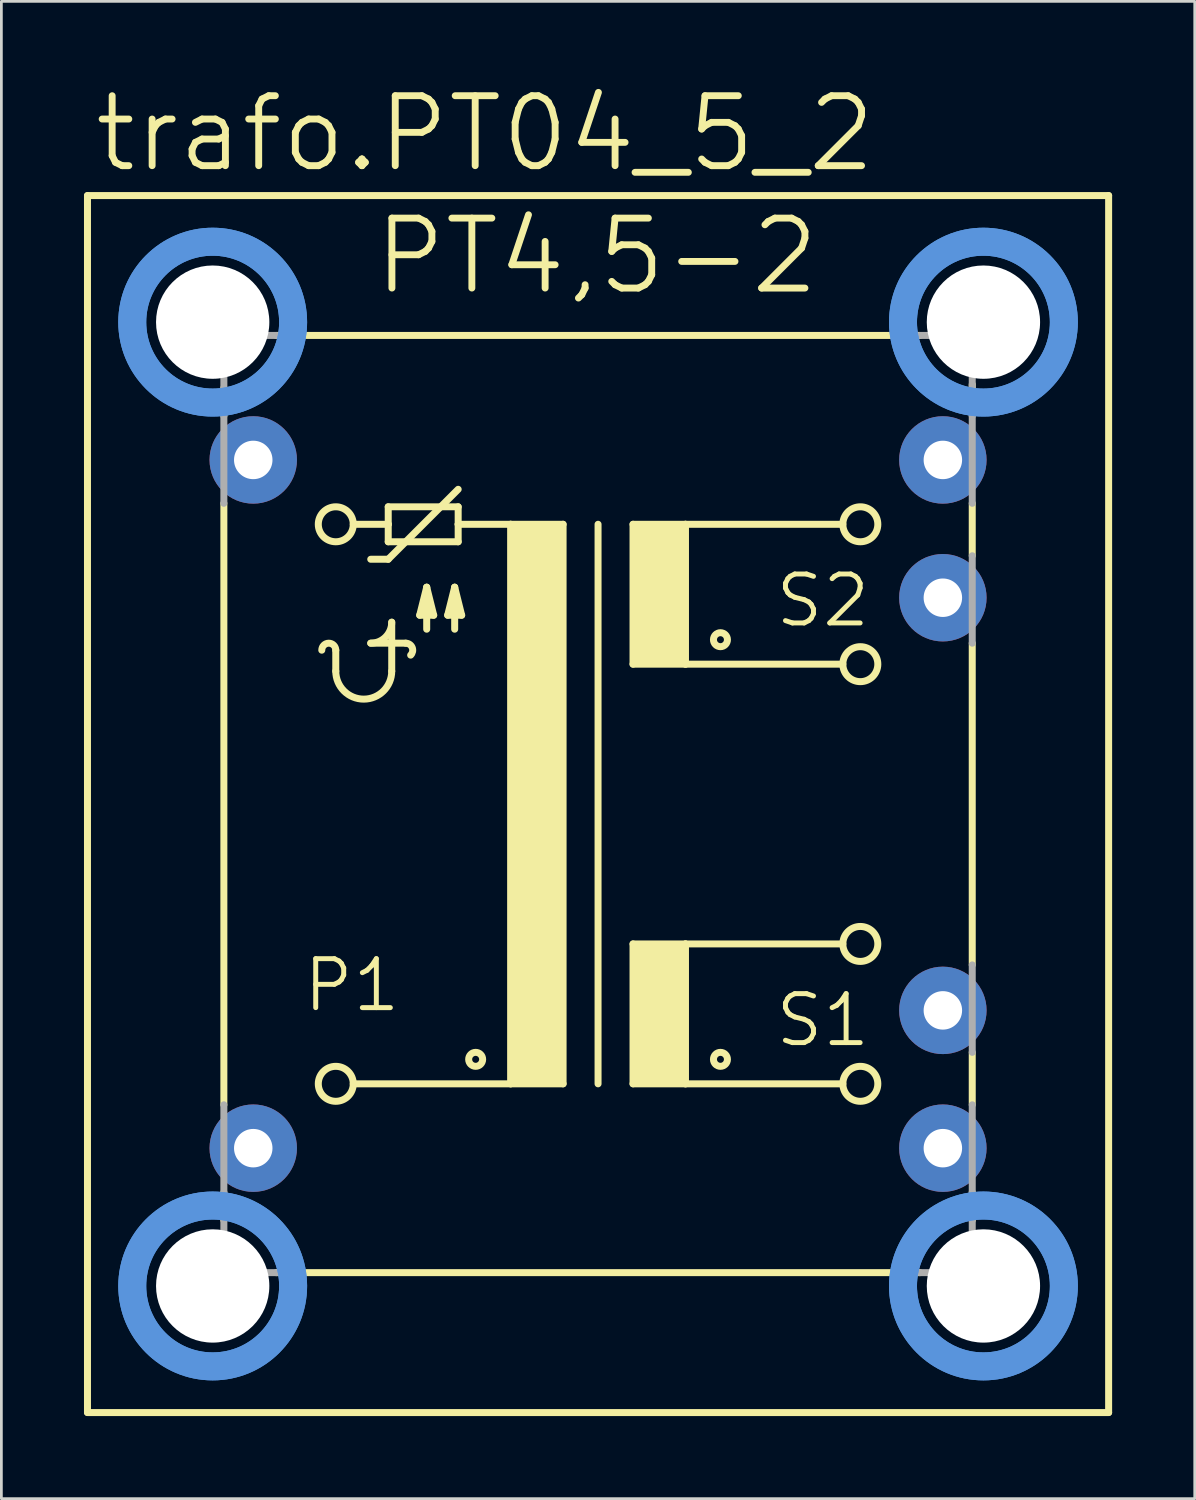
<source format=kicad_pcb>
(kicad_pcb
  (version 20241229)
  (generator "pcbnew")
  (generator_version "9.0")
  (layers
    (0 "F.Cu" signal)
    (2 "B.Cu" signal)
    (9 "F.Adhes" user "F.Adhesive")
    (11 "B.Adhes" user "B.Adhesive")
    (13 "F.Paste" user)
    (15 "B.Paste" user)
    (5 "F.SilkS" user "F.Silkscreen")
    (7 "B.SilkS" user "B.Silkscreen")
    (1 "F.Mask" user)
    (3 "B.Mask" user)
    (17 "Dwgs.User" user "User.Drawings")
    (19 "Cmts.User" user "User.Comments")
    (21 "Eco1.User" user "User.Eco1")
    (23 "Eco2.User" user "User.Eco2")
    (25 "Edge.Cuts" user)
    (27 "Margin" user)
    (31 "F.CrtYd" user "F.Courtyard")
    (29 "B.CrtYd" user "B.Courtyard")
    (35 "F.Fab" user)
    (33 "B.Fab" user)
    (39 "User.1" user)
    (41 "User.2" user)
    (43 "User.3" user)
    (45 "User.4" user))
  (footprint "trafo.PT04_5_2"
    (layer "F.Cu")
    (at 18.669 26.15)
    (property "Reference" "trafo.PT04_5_2" (at -18.415 -22.86 0) (layer "F.SilkS") (effects (font (size 2.54 2.54) (thickness 0.25)) (justify left bottom)))
    (attr through_hole)
    (fp_line (start -18.542 22.098) (end -18.542 -22.098) (stroke (width 0.254) (type default)) (layer "F.SilkS"))
    (fp_line (start -18.542 22.098) (end 18.542 22.098) (stroke (width 0.254) (type default)) (layer "F.SilkS"))
    (fp_line (start -13.589 -14.097) (end -13.589 -15.113) (stroke (width 0.254) (type default)) (layer "F.SilkS"))
    (fp_line (start -13.589 10.922) (end -13.589 -10.922) (stroke (width 0.254) (type default)) (layer "F.SilkS"))
    (fp_line (start -13.589 15.113) (end -13.589 14.097) (stroke (width 0.254) (type default)) (layer "F.SilkS"))
    (fp_line (start -11.684 -17.018) (end 11.684 -17.018) (stroke (width 0.254) (type default)) (layer "F.SilkS"))
    (fp_line (start -9.525 -4.826) (end -9.525 -5.588) (stroke (width 0.254) (type default)) (layer "F.SilkS"))
    (fp_line (start -8.89 -10.16) (end -7.62 -10.16) (stroke (width 0.254) (type default)) (layer "F.SilkS"))
    (fp_line (start -8.255 -8.89) (end -7.62 -8.89) (stroke (width 0.254) (type default)) (layer "F.SilkS"))
    (fp_line (start -8.255 -5.842) (end -6.985 -5.842) (stroke (width 0.254) (type default)) (layer "F.SilkS"))
    (fp_line (start -7.62 -10.795) (end -7.62 -10.16) (stroke (width 0.254) (type default)) (layer "F.SilkS"))
    (fp_line (start -7.62 -10.16) (end -7.62 -9.525) (stroke (width 0.254) (type default)) (layer "F.SilkS"))
    (fp_line (start -7.62 -9.525) (end -5.08 -9.525) (stroke (width 0.254) (type default)) (layer "F.SilkS"))
    (fp_line (start -7.62 -8.89) (end -5.08 -11.43) (stroke (width 0.254) (type default)) (layer "F.SilkS"))
    (fp_line (start -7.493 -4.826) (end -7.493 -6.604) (stroke (width 0.254) (type default)) (layer "F.SilkS"))
    (fp_line (start -6.477 -6.858) (end -5.969 -6.858) (stroke (width 0.254) (type default)) (layer "F.SilkS"))
    (fp_line (start -6.223 -7.874) (end -6.477 -6.858) (stroke (width 0.254) (type default)) (layer "F.SilkS"))
    (fp_line (start -6.223 -6.35) (end -6.223 -7.874) (stroke (width 0.254) (type default)) (layer "F.SilkS"))
    (fp_line (start -5.969 -6.858) (end -6.223 -7.874) (stroke (width 0.254) (type default)) (layer "F.SilkS"))
    (fp_line (start -5.461 -6.858) (end -4.953 -6.858) (stroke (width 0.254) (type default)) (layer "F.SilkS"))
    (fp_line (start -5.207 -7.874) (end -5.461 -6.858) (stroke (width 0.254) (type default)) (layer "F.SilkS"))
    (fp_line (start -5.207 -6.35) (end -5.207 -7.874) (stroke (width 0.254) (type default)) (layer "F.SilkS"))
    (fp_line (start -5.08 -10.795) (end -7.62 -10.795) (stroke (width 0.254) (type default)) (layer "F.SilkS"))
    (fp_line (start -5.08 -10.16) (end -5.08 -10.795) (stroke (width 0.254) (type default)) (layer "F.SilkS"))
    (fp_line (start -5.08 -10.16) (end -3.175 -10.16) (stroke (width 0.254) (type default)) (layer "F.SilkS"))
    (fp_line (start -5.08 -9.525) (end -5.08 -10.16) (stroke (width 0.254) (type default)) (layer "F.SilkS"))
    (fp_line (start -4.953 -6.858) (end -5.207 -7.874) (stroke (width 0.254) (type default)) (layer "F.SilkS"))
    (fp_line (start -3.175 -10.16) (end -3.175 10.16) (stroke (width 0.254) (type default)) (layer "F.SilkS"))
    (fp_line (start -3.175 -10.16) (end -1.27 -10.16) (stroke (width 0.254) (type default)) (layer "F.SilkS"))
    (fp_line (start -3.175 10.16) (end -8.89 10.16) (stroke (width 0.254) (type default)) (layer "F.SilkS"))
    (fp_line (start -1.27 -10.16) (end -1.27 10.16) (stroke (width 0.254) (type default)) (layer "F.SilkS"))
    (fp_line (start -1.27 10.16) (end -3.175 10.16) (stroke (width 0.254) (type default)) (layer "F.SilkS"))
    (fp_line (start 0 -10.16) (end 0 10.16) (stroke (width 0.254) (type default)) (layer "F.SilkS"))
    (fp_line (start 1.27 -10.16) (end 1.27 -5.08) (stroke (width 0.254) (type default)) (layer "F.SilkS"))
    (fp_line (start 1.27 -10.16) (end 3.175 -10.16) (stroke (width 0.254) (type default)) (layer "F.SilkS"))
    (fp_line (start 1.27 -5.08) (end 3.175 -5.08) (stroke (width 0.254) (type default)) (layer "F.SilkS"))
    (fp_line (start 1.27 5.08) (end 1.27 10.16) (stroke (width 0.254) (type default)) (layer "F.SilkS"))
    (fp_line (start 1.27 5.08) (end 3.175 5.08) (stroke (width 0.254) (type default)) (layer "F.SilkS"))
    (fp_line (start 1.27 10.16) (end 3.175 10.16) (stroke (width 0.254) (type default)) (layer "F.SilkS"))
    (fp_line (start 3.175 -10.16) (end 8.89 -10.16) (stroke (width 0.254) (type default)) (layer "F.SilkS"))
    (fp_line (start 3.175 -5.08) (end 3.175 -10.16) (stroke (width 0.254) (type default)) (layer "F.SilkS"))
    (fp_line (start 3.175 -5.08) (end 8.89 -5.08) (stroke (width 0.254) (type default)) (layer "F.SilkS"))
    (fp_line (start 3.175 5.08) (end 8.89 5.08) (stroke (width 0.254) (type default)) (layer "F.SilkS"))
    (fp_line (start 3.175 10.16) (end 3.175 5.08) (stroke (width 0.254) (type default)) (layer "F.SilkS"))
    (fp_line (start 3.175 10.16) (end 8.89 10.16) (stroke (width 0.254) (type default)) (layer "F.SilkS"))
    (fp_line (start 11.684 17.018) (end -11.684 17.018) (stroke (width 0.254) (type default)) (layer "F.SilkS"))
    (fp_line (start 13.589 -15.24) (end 13.589 -14.097) (stroke (width 0.254) (type default)) (layer "F.SilkS"))
    (fp_line (start 13.589 -10.922) (end 13.589 -9.017) (stroke (width 0.254) (type default)) (layer "F.SilkS"))
    (fp_line (start 13.589 -5.842) (end 13.589 5.842) (stroke (width 0.254) (type default)) (layer "F.SilkS"))
    (fp_line (start 13.589 10.922) (end 13.589 9.017) (stroke (width 0.254) (type default)) (layer "F.SilkS"))
    (fp_line (start 13.589 15.113) (end 13.589 14.097) (stroke (width 0.254) (type default)) (layer "F.SilkS"))
    (fp_line (start 18.542 -22.098) (end -18.542 -22.098) (stroke (width 0.254) (type default)) (layer "F.SilkS"))
    (fp_line (start 18.542 -22.098) (end 18.542 22.098) (stroke (width 0.254) (type default)) (layer "F.SilkS"))
    (fp_rect (start -3.175 10.16) (end -1.27 -10.16) (stroke (width 0.05) (type default)) (fill yes) (layer "F.SilkS"))
    (fp_rect (start 1.27 -5.08) (end 3.175 -10.16) (stroke (width 0.05) (type default)) (fill yes) (layer "F.SilkS"))
    (fp_rect (start 1.27 10.16) (end 3.175 5.08) (stroke (width 0.05) (type default)) (fill yes) (layer "F.SilkS"))
    (fp_arc (start -10.033 -5.588) (mid -9.779 -5.842) (end -9.525 -5.588) (stroke (width 0.254) (type default)) (layer "F.SilkS"))
    (fp_arc (start -7.493 -6.604) (mid -7.716185 -6.065185) (end -8.255 -5.842) (stroke (width 0.254) (type default)) (layer "F.SilkS"))
    (fp_arc (start -7.493 -4.826) (mid -8.509 -3.81) (end -9.525 -4.826) (stroke (width 0.254) (type default)) (layer "F.SilkS"))
    (fp_arc (start -6.985 -5.842) (mid -6.750338 -5.685203) (end -6.8054 -5.4084) (stroke (width 0.254) (type default)) (layer "F.SilkS"))
    (fp_circle (center -9.525 -10.16) (end -8.89 -10.16) (stroke (width 0.254) (type default)) (fill no) (layer "F.SilkS"))
    (fp_circle (center -9.525 10.16) (end -8.89 10.16) (stroke (width 0.254) (type default)) (fill no) (layer "F.SilkS"))
    (fp_circle (center -4.445 9.271) (end -4.191 9.271) (stroke (width 0.254) (type default)) (fill no) (layer "F.SilkS"))
    (fp_circle (center 4.445 -5.969) (end 4.699 -5.969) (stroke (width 0.254) (type default)) (fill no) (layer "F.SilkS"))
    (fp_circle (center 4.445 9.271) (end 4.699 9.271) (stroke (width 0.254) (type default)) (fill no) (layer "F.SilkS"))
    (fp_circle (center 9.525 -10.16) (end 10.16 -10.16) (stroke (width 0.254) (type default)) (fill no) (layer "F.SilkS"))
    (fp_circle (center 9.525 -5.08) (end 10.16 -5.08) (stroke (width 0.254) (type default)) (fill no) (layer "F.SilkS"))
    (fp_circle (center 9.525 5.08) (end 10.16 5.08) (stroke (width 0.254) (type default)) (fill no) (layer "F.SilkS"))
    (fp_circle (center 9.525 10.16) (end 10.16 10.16) (stroke (width 0.254) (type default)) (fill no) (layer "F.SilkS"))
    (fp_circle (center -13.995 -17.501) (end -11.074 -17.501) (stroke (width 1.016) (type default)) (fill no) (layer "Cmts.User"))
    (fp_circle (center -13.995 -17.501) (end -11.074 -17.501) (stroke (width 1.016) (type default)) (fill no) (layer "Cmts.User"))
    (fp_circle (center -13.995 17.501) (end -11.074 17.501) (stroke (width 1.016) (type default)) (fill no) (layer "Cmts.User"))
    (fp_circle (center -13.995 17.501) (end -11.074 17.501) (stroke (width 1.016) (type default)) (fill no) (layer "Cmts.User"))
    (fp_circle (center 13.995 -17.501) (end 16.916 -17.501) (stroke (width 1.016) (type default)) (fill no) (layer "Cmts.User"))
    (fp_circle (center 13.995 -17.501) (end 16.916 -17.501) (stroke (width 1.016) (type default)) (fill no) (layer "Cmts.User"))
    (fp_circle (center 13.995 17.501) (end 16.916 17.501) (stroke (width 1.016) (type default)) (fill no) (layer "Cmts.User"))
    (fp_circle (center 13.995 17.501) (end 16.916 17.501) (stroke (width 1.016) (type default)) (fill no) (layer "Cmts.User"))
    (fp_line (start -13.589 -17.018) (end -11.684 -17.018) (stroke (width 0.254) (type default)) (layer "F.Fab"))
    (fp_line (start -13.589 -15.113) (end -13.589 -17.018) (stroke (width 0.254) (type default)) (layer "F.Fab"))
    (fp_line (start -13.589 -10.922) (end -13.589 -14.097) (stroke (width 0.254) (type default)) (layer "F.Fab"))
    (fp_line (start -13.589 14.097) (end -13.589 10.922) (stroke (width 0.254) (type default)) (layer "F.Fab"))
    (fp_line (start -13.589 17.018) (end -13.589 15.113) (stroke (width 0.254) (type default)) (layer "F.Fab"))
    (fp_line (start -13.589 17.018) (end -11.684 17.018) (stroke (width 0.254) (type default)) (layer "F.Fab"))
    (fp_line (start 11.684 -17.018) (end 13.589 -17.018) (stroke (width 0.254) (type default)) (layer "F.Fab"))
    (fp_line (start 11.684 17.018) (end 13.589 17.018) (stroke (width 0.254) (type default)) (layer "F.Fab"))
    (fp_line (start 13.589 -15.113) (end 13.589 -17.018) (stroke (width 0.254) (type default)) (layer "F.Fab"))
    (fp_line (start 13.589 -10.922) (end 13.589 -14.097) (stroke (width 0.254) (type default)) (layer "F.Fab"))
    (fp_line (start 13.589 -5.842) (end 13.589 -9.017) (stroke (width 0.254) (type default)) (layer "F.Fab"))
    (fp_line (start 13.589 9.017) (end 13.589 5.842) (stroke (width 0.254) (type default)) (layer "F.Fab"))
    (fp_line (start 13.589 14.097) (end 13.589 10.922) (stroke (width 0.254) (type default)) (layer "F.Fab"))
    (fp_line (start 13.589 17.018) (end 13.589 15.113) (stroke (width 0.254) (type default)) (layer "F.Fab"))
    (fp_text user "PT4,5-2" (at -8.255 -18.415 0) (layer "F.SilkS") (effects (font (size 2.54 2.54) (thickness 0.25)) (justify left bottom)))
    (fp_text user "P1" (at -10.795 7.62 0) (layer "F.SilkS") (effects (font (size 1.778 1.778) (thickness 0.18)) (justify left bottom)))
    (fp_text user "S2" (at 6.35 -6.35 0) (layer "F.SilkS") (effects (font (size 1.778 1.778) (thickness 0.18)) (justify left bottom)))
    (fp_text user "S1" (at 6.35 8.89 0) (layer "F.SilkS") (effects (font (size 1.778 1.778) (thickness 0.18)) (justify left bottom)))
    (pad "" np_thru_hole circle (at -13.995 -17.501) (size 4.115 4.115) (drill 4.115) (layers "*.Cu" "*.Mask"))
    (pad "" np_thru_hole circle (at -13.995 17.501) (size 4.115 4.115) (drill 4.115) (layers "*.Cu" "*.Mask"))
    (pad "" np_thru_hole circle (at 13.995 -17.501) (size 4.115 4.115) (drill 4.115) (layers "*.Cu" "*.Mask"))
    (pad "" np_thru_hole circle (at 13.995 17.501) (size 4.115 4.115) (drill 4.115) (layers "*.Cu" "*.Mask"))
    (pad "1" thru_hole circle (at -12.522 -12.497) (size 3.175 3.175) (drill 1.397) (layers "*.Cu" "*.Mask"))
    (pad "2" thru_hole circle (at -12.522 12.497) (size 3.175 3.175) (drill 1.397) (layers "*.Cu" "*.Mask"))
    (pad "3" thru_hole circle (at 12.522 12.497) (size 3.175 3.175) (drill 1.397) (layers "*.Cu" "*.Mask"))
    (pad "4" thru_hole circle (at 12.522 7.493) (size 3.175 3.175) (drill 1.397) (layers "*.Cu" "*.Mask"))
    (pad "5" thru_hole circle (at 12.522 -7.493) (size 3.175 3.175) (drill 1.397) (layers "*.Cu" "*.Mask"))
    (pad "6" thru_hole circle (at 12.522 -12.497) (size 3.175 3.175) (drill 1.397) (layers "*.Cu" "*.Mask")))
  (gr_rect
    (start -3 -3)
    (end 40.338 51.375)
    (stroke (width 0.1) (type default))
    (fill no)
    (layer "Edge.Cuts")))
</source>
